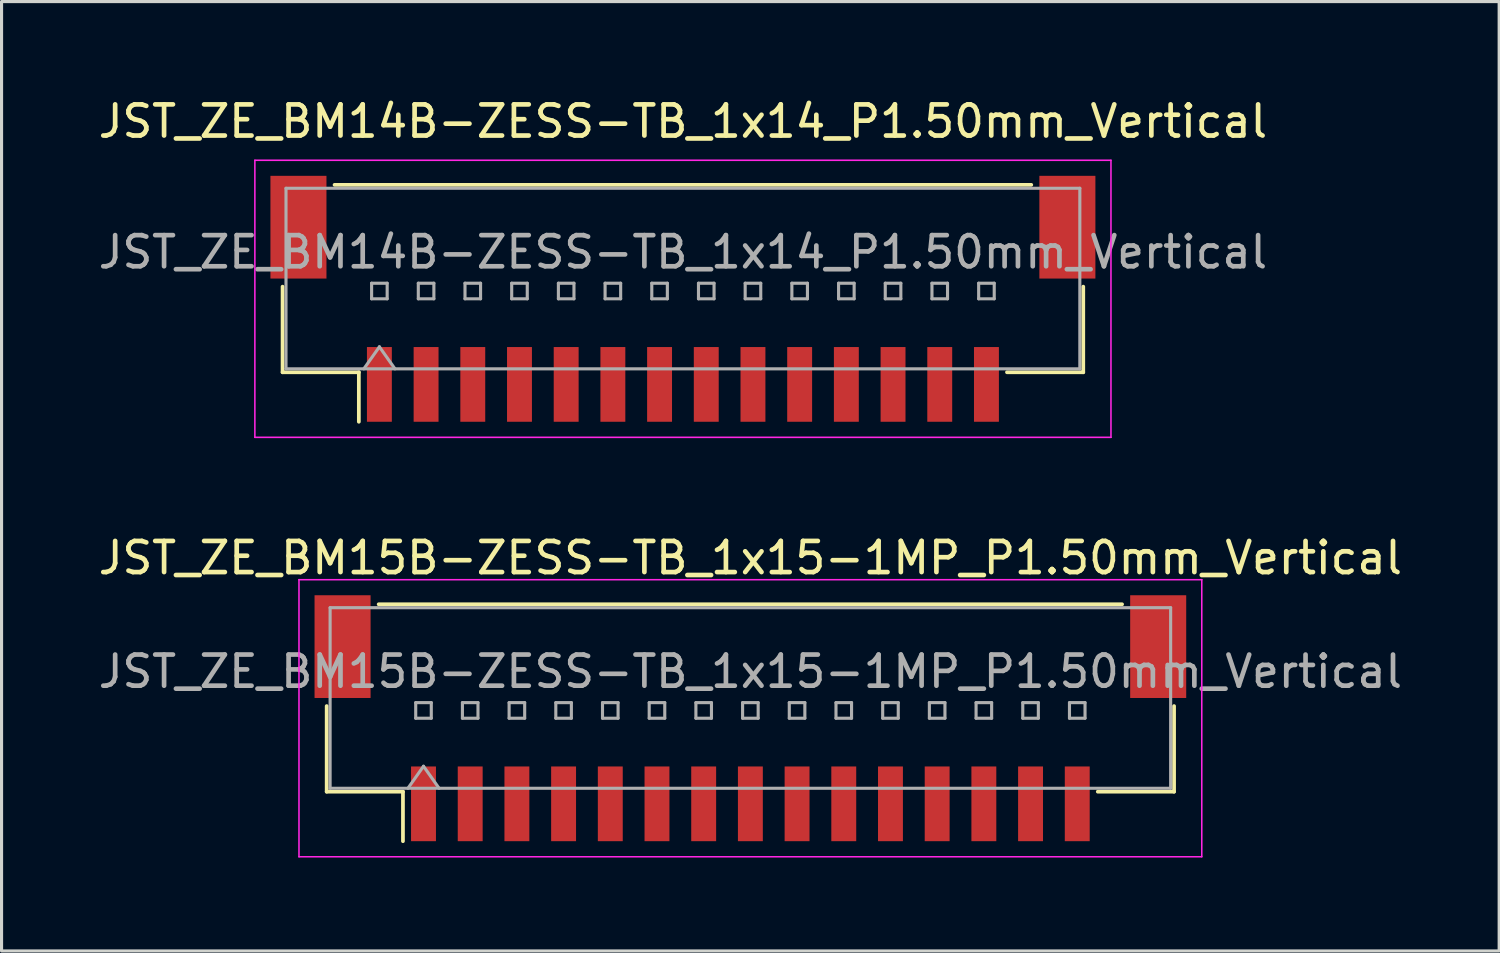
<source format=kicad_pcb>
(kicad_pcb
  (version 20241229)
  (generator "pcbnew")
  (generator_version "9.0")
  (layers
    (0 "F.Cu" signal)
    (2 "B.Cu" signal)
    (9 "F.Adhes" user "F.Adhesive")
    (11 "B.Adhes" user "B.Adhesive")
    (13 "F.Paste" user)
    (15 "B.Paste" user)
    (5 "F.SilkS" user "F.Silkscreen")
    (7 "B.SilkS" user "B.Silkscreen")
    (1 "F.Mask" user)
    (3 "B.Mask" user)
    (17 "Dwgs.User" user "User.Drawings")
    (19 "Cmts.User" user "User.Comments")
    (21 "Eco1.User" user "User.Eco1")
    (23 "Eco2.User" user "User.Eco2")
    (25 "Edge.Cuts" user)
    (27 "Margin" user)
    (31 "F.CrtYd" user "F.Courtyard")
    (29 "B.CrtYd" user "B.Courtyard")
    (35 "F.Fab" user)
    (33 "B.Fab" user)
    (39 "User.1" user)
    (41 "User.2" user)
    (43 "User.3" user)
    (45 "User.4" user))
  (footprint "JST_ZE_BM15B-ZESS-TB_1x15-1MP_P1.50mm_Vertical"
    (layer "F.Cu")
    (at 21.054 20.021)
    (property "Reference" "JST_ZE_BM15B-ZESS-TB_1x15-1MP_P1.50mm_Vertical" (at 0 -5.15 0) (layer "F.SilkS") (effects (font (size 1 1) (thickness 0.15))))
    (attr smd)
    (fp_line (start -13.61 -0.39) (end -13.61 2.36) (stroke (width 0.12) (type solid)) (layer "F.SilkS"))
    (fp_line (start -13.61 2.36) (end -11.16 2.36) (stroke (width 0.12) (type solid)) (layer "F.SilkS"))
    (fp_line (start -11.94 -3.66) (end 11.94 -3.66) (stroke (width 0.12) (type solid)) (layer "F.SilkS"))
    (fp_line (start -11.16 2.36) (end -11.16 3.95) (stroke (width 0.12) (type solid)) (layer "F.SilkS"))
    (fp_line (start 13.61 -0.39) (end 13.61 2.36) (stroke (width 0.12) (type solid)) (layer "F.SilkS"))
    (fp_line (start 13.61 2.36) (end 11.16 2.36) (stroke (width 0.12) (type solid)) (layer "F.SilkS"))
    (fp_line (start -14.5 -4.45) (end -14.5 4.45) (stroke (width 0.05) (type solid)) (layer "F.CrtYd"))
    (fp_line (start -14.5 4.45) (end 14.5 4.45) (stroke (width 0.05) (type solid)) (layer "F.CrtYd"))
    (fp_line (start 14.5 -4.45) (end -14.5 -4.45) (stroke (width 0.05) (type solid)) (layer "F.CrtYd"))
    (fp_line (start 14.5 4.45) (end 14.5 -4.45) (stroke (width 0.05) (type solid)) (layer "F.CrtYd"))
    (fp_line (start -13.5 -3.55) (end 13.5 -3.55) (stroke (width 0.1) (type solid)) (layer "F.Fab"))
    (fp_line (start -13.5 2.25) (end -13.5 -3.55) (stroke (width 0.1) (type solid)) (layer "F.Fab"))
    (fp_line (start -13.5 2.25) (end 13.5 2.25) (stroke (width 0.1) (type solid)) (layer "F.Fab"))
    (fp_line (start -11 2.25) (end -10.5 1.543) (stroke (width 0.1) (type solid)) (layer "F.Fab"))
    (fp_line (start -10.75 -0.5) (end -10.75 0) (stroke (width 0.1) (type solid)) (layer "F.Fab"))
    (fp_line (start -10.75 0) (end -10.25 0) (stroke (width 0.1) (type solid)) (layer "F.Fab"))
    (fp_line (start -10.5 1.543) (end -10 2.25) (stroke (width 0.1) (type solid)) (layer "F.Fab"))
    (fp_line (start -10.25 -0.5) (end -10.75 -0.5) (stroke (width 0.1) (type solid)) (layer "F.Fab"))
    (fp_line (start -10.25 0) (end -10.25 -0.5) (stroke (width 0.1) (type solid)) (layer "F.Fab"))
    (fp_line (start -9.25 -0.5) (end -9.25 0) (stroke (width 0.1) (type solid)) (layer "F.Fab"))
    (fp_line (start -9.25 0) (end -8.75 0) (stroke (width 0.1) (type solid)) (layer "F.Fab"))
    (fp_line (start -8.75 -0.5) (end -9.25 -0.5) (stroke (width 0.1) (type solid)) (layer "F.Fab"))
    (fp_line (start -8.75 0) (end -8.75 -0.5) (stroke (width 0.1) (type solid)) (layer "F.Fab"))
    (fp_line (start -7.75 -0.5) (end -7.75 0) (stroke (width 0.1) (type solid)) (layer "F.Fab"))
    (fp_line (start -7.75 0) (end -7.25 0) (stroke (width 0.1) (type solid)) (layer "F.Fab"))
    (fp_line (start -7.25 -0.5) (end -7.75 -0.5) (stroke (width 0.1) (type solid)) (layer "F.Fab"))
    (fp_line (start -7.25 0) (end -7.25 -0.5) (stroke (width 0.1) (type solid)) (layer "F.Fab"))
    (fp_line (start -6.25 -0.5) (end -6.25 0) (stroke (width 0.1) (type solid)) (layer "F.Fab"))
    (fp_line (start -6.25 0) (end -5.75 0) (stroke (width 0.1) (type solid)) (layer "F.Fab"))
    (fp_line (start -5.75 -0.5) (end -6.25 -0.5) (stroke (width 0.1) (type solid)) (layer "F.Fab"))
    (fp_line (start -5.75 0) (end -5.75 -0.5) (stroke (width 0.1) (type solid)) (layer "F.Fab"))
    (fp_line (start -4.75 -0.5) (end -4.75 0) (stroke (width 0.1) (type solid)) (layer "F.Fab"))
    (fp_line (start -4.75 0) (end -4.25 0) (stroke (width 0.1) (type solid)) (layer "F.Fab"))
    (fp_line (start -4.25 -0.5) (end -4.75 -0.5) (stroke (width 0.1) (type solid)) (layer "F.Fab"))
    (fp_line (start -4.25 0) (end -4.25 -0.5) (stroke (width 0.1) (type solid)) (layer "F.Fab"))
    (fp_line (start -3.25 -0.5) (end -3.25 0) (stroke (width 0.1) (type solid)) (layer "F.Fab"))
    (fp_line (start -3.25 0) (end -2.75 0) (stroke (width 0.1) (type solid)) (layer "F.Fab"))
    (fp_line (start -2.75 -0.5) (end -3.25 -0.5) (stroke (width 0.1) (type solid)) (layer "F.Fab"))
    (fp_line (start -2.75 0) (end -2.75 -0.5) (stroke (width 0.1) (type solid)) (layer "F.Fab"))
    (fp_line (start -1.75 -0.5) (end -1.75 0) (stroke (width 0.1) (type solid)) (layer "F.Fab"))
    (fp_line (start -1.75 0) (end -1.25 0) (stroke (width 0.1) (type solid)) (layer "F.Fab"))
    (fp_line (start -1.25 -0.5) (end -1.75 -0.5) (stroke (width 0.1) (type solid)) (layer "F.Fab"))
    (fp_line (start -1.25 0) (end -1.25 -0.5) (stroke (width 0.1) (type solid)) (layer "F.Fab"))
    (fp_line (start -0.25 -0.5) (end -0.25 0) (stroke (width 0.1) (type solid)) (layer "F.Fab"))
    (fp_line (start -0.25 0) (end 0.25 0) (stroke (width 0.1) (type solid)) (layer "F.Fab"))
    (fp_line (start 0.25 -0.5) (end -0.25 -0.5) (stroke (width 0.1) (type solid)) (layer "F.Fab"))
    (fp_line (start 0.25 0) (end 0.25 -0.5) (stroke (width 0.1) (type solid)) (layer "F.Fab"))
    (fp_line (start 1.25 -0.5) (end 1.25 0) (stroke (width 0.1) (type solid)) (layer "F.Fab"))
    (fp_line (start 1.25 0) (end 1.75 0) (stroke (width 0.1) (type solid)) (layer "F.Fab"))
    (fp_line (start 1.75 -0.5) (end 1.25 -0.5) (stroke (width 0.1) (type solid)) (layer "F.Fab"))
    (fp_line (start 1.75 0) (end 1.75 -0.5) (stroke (width 0.1) (type solid)) (layer "F.Fab"))
    (fp_line (start 2.75 -0.5) (end 2.75 0) (stroke (width 0.1) (type solid)) (layer "F.Fab"))
    (fp_line (start 2.75 0) (end 3.25 0) (stroke (width 0.1) (type solid)) (layer "F.Fab"))
    (fp_line (start 3.25 -0.5) (end 2.75 -0.5) (stroke (width 0.1) (type solid)) (layer "F.Fab"))
    (fp_line (start 3.25 0) (end 3.25 -0.5) (stroke (width 0.1) (type solid)) (layer "F.Fab"))
    (fp_line (start 4.25 -0.5) (end 4.25 0) (stroke (width 0.1) (type solid)) (layer "F.Fab"))
    (fp_line (start 4.25 0) (end 4.75 0) (stroke (width 0.1) (type solid)) (layer "F.Fab"))
    (fp_line (start 4.75 -0.5) (end 4.25 -0.5) (stroke (width 0.1) (type solid)) (layer "F.Fab"))
    (fp_line (start 4.75 0) (end 4.75 -0.5) (stroke (width 0.1) (type solid)) (layer "F.Fab"))
    (fp_line (start 5.75 -0.5) (end 5.75 0) (stroke (width 0.1) (type solid)) (layer "F.Fab"))
    (fp_line (start 5.75 0) (end 6.25 0) (stroke (width 0.1) (type solid)) (layer "F.Fab"))
    (fp_line (start 6.25 -0.5) (end 5.75 -0.5) (stroke (width 0.1) (type solid)) (layer "F.Fab"))
    (fp_line (start 6.25 0) (end 6.25 -0.5) (stroke (width 0.1) (type solid)) (layer "F.Fab"))
    (fp_line (start 7.25 -0.5) (end 7.25 0) (stroke (width 0.1) (type solid)) (layer "F.Fab"))
    (fp_line (start 7.25 0) (end 7.75 0) (stroke (width 0.1) (type solid)) (layer "F.Fab"))
    (fp_line (start 7.75 -0.5) (end 7.25 -0.5) (stroke (width 0.1) (type solid)) (layer "F.Fab"))
    (fp_line (start 7.75 0) (end 7.75 -0.5) (stroke (width 0.1) (type solid)) (layer "F.Fab"))
    (fp_line (start 8.75 -0.5) (end 8.75 0) (stroke (width 0.1) (type solid)) (layer "F.Fab"))
    (fp_line (start 8.75 0) (end 9.25 0) (stroke (width 0.1) (type solid)) (layer "F.Fab"))
    (fp_line (start 9.25 -0.5) (end 8.75 -0.5) (stroke (width 0.1) (type solid)) (layer "F.Fab"))
    (fp_line (start 9.25 0) (end 9.25 -0.5) (stroke (width 0.1) (type solid)) (layer "F.Fab"))
    (fp_line (start 10.25 -0.5) (end 10.25 0) (stroke (width 0.1) (type solid)) (layer "F.Fab"))
    (fp_line (start 10.25 0) (end 10.75 0) (stroke (width 0.1) (type solid)) (layer "F.Fab"))
    (fp_line (start 10.75 -0.5) (end 10.25 -0.5) (stroke (width 0.1) (type solid)) (layer "F.Fab"))
    (fp_line (start 10.75 0) (end 10.75 -0.5) (stroke (width 0.1) (type solid)) (layer "F.Fab"))
    (fp_line (start 13.5 2.25) (end 13.5 -3.55) (stroke (width 0.1) (type solid)) (layer "F.Fab"))
    (fp_text user "${REFERENCE}" (at 0 -1.5 0) (layer "F.Fab") (effects (font (size 1 1) (thickness 0.15))))
    (pad "1" smd rect (at -10.5 2.75) (size 0.8 2.4) (layers "F.Cu" "F.Mask" "F.Paste"))
    (pad "2" smd rect (at -9 2.75) (size 0.8 2.4) (layers "F.Cu" "F.Mask" "F.Paste"))
    (pad "3" smd rect (at -7.5 2.75) (size 0.8 2.4) (layers "F.Cu" "F.Mask" "F.Paste"))
    (pad "4" smd rect (at -6 2.75) (size 0.8 2.4) (layers "F.Cu" "F.Mask" "F.Paste"))
    (pad "5" smd rect (at -4.5 2.75) (size 0.8 2.4) (layers "F.Cu" "F.Mask" "F.Paste"))
    (pad "6" smd rect (at -3 2.75) (size 0.8 2.4) (layers "F.Cu" "F.Mask" "F.Paste"))
    (pad "7" smd rect (at -1.5 2.75) (size 0.8 2.4) (layers "F.Cu" "F.Mask" "F.Paste"))
    (pad "8" smd rect (at 0 2.75) (size 0.8 2.4) (layers "F.Cu" "F.Mask" "F.Paste"))
    (pad "9" smd rect (at 1.5 2.75) (size 0.8 2.4) (layers "F.Cu" "F.Mask" "F.Paste"))
    (pad "10" smd rect (at 3 2.75) (size 0.8 2.4) (layers "F.Cu" "F.Mask" "F.Paste"))
    (pad "11" smd rect (at 4.5 2.75) (size 0.8 2.4) (layers "F.Cu" "F.Mask" "F.Paste"))
    (pad "12" smd rect (at 6 2.75) (size 0.8 2.4) (layers "F.Cu" "F.Mask" "F.Paste"))
    (pad "13" smd rect (at 7.5 2.75) (size 0.8 2.4) (layers "F.Cu" "F.Mask" "F.Paste"))
    (pad "14" smd rect (at 9 2.75) (size 0.8 2.4) (layers "F.Cu" "F.Mask" "F.Paste"))
    (pad "15" smd rect (at 10.5 2.75) (size 0.8 2.4) (layers "F.Cu" "F.Mask" "F.Paste"))
    (pad "MP" smd rect (at -13.1 -2.3) (size 1.8 3.3) (layers "F.Cu" "F.Mask" "F.Paste"))
    (pad "MP" smd rect (at 13.1 -2.3) (size 1.8 3.3) (layers "F.Cu" "F.Mask" "F.Paste")))
  (footprint "JST_ZE_BM14B-ZESS-TB_1x14_P1.50mm_Vertical"
    (layer "F.Cu")
    (at 18.887 6.548)
    (property "Reference" "JST_ZE_BM14B-ZESS-TB_1x14_P1.50mm_Vertical" (at 0 -5.7 0) (layer "F.SilkS") (effects (font (size 1 1) (thickness 0.15))))
    (attr smd)
    (fp_line (start -12.86 -0.39) (end -12.86 2.36) (stroke (width 0.12) (type solid)) (layer "F.SilkS"))
    (fp_line (start -12.86 2.36) (end -10.41 2.36) (stroke (width 0.12) (type solid)) (layer "F.SilkS"))
    (fp_line (start -11.19 -3.66) (end 11.19 -3.66) (stroke (width 0.12) (type solid)) (layer "F.SilkS"))
    (fp_line (start -10.41 2.36) (end -10.41 3.95) (stroke (width 0.12) (type solid)) (layer "F.SilkS"))
    (fp_line (start 12.86 -0.39) (end 12.86 2.36) (stroke (width 0.12) (type solid)) (layer "F.SilkS"))
    (fp_line (start 12.86 2.36) (end 10.41 2.36) (stroke (width 0.12) (type solid)) (layer "F.SilkS"))
    (fp_line (start -13.75 -4.45) (end -13.75 4.45) (stroke (width 0.05) (type solid)) (layer "F.CrtYd"))
    (fp_line (start -13.75 4.45) (end 13.75 4.45) (stroke (width 0.05) (type solid)) (layer "F.CrtYd"))
    (fp_line (start 13.75 -4.45) (end -13.75 -4.45) (stroke (width 0.05) (type solid)) (layer "F.CrtYd"))
    (fp_line (start 13.75 4.45) (end 13.75 -4.45) (stroke (width 0.05) (type solid)) (layer "F.CrtYd"))
    (fp_line (start -12.75 -3.55) (end 12.75 -3.55) (stroke (width 0.1) (type solid)) (layer "F.Fab"))
    (fp_line (start -12.75 2.25) (end -12.75 -3.55) (stroke (width 0.1) (type solid)) (layer "F.Fab"))
    (fp_line (start -12.75 2.25) (end 12.75 2.25) (stroke (width 0.1) (type solid)) (layer "F.Fab"))
    (fp_line (start -10.25 2.25) (end -9.75 1.543) (stroke (width 0.1) (type solid)) (layer "F.Fab"))
    (fp_line (start -10 -0.5) (end -10 0) (stroke (width 0.1) (type solid)) (layer "F.Fab"))
    (fp_line (start -10 0) (end -9.5 0) (stroke (width 0.1) (type solid)) (layer "F.Fab"))
    (fp_line (start -9.75 1.543) (end -9.25 2.25) (stroke (width 0.1) (type solid)) (layer "F.Fab"))
    (fp_line (start -9.5 -0.5) (end -10 -0.5) (stroke (width 0.1) (type solid)) (layer "F.Fab"))
    (fp_line (start -9.5 0) (end -9.5 -0.5) (stroke (width 0.1) (type solid)) (layer "F.Fab"))
    (fp_line (start -8.5 -0.5) (end -8.5 0) (stroke (width 0.1) (type solid)) (layer "F.Fab"))
    (fp_line (start -8.5 0) (end -8 0) (stroke (width 0.1) (type solid)) (layer "F.Fab"))
    (fp_line (start -8 -0.5) (end -8.5 -0.5) (stroke (width 0.1) (type solid)) (layer "F.Fab"))
    (fp_line (start -8 0) (end -8 -0.5) (stroke (width 0.1) (type solid)) (layer "F.Fab"))
    (fp_line (start -7 -0.5) (end -7 0) (stroke (width 0.1) (type solid)) (layer "F.Fab"))
    (fp_line (start -7 0) (end -6.5 0) (stroke (width 0.1) (type solid)) (layer "F.Fab"))
    (fp_line (start -6.5 -0.5) (end -7 -0.5) (stroke (width 0.1) (type solid)) (layer "F.Fab"))
    (fp_line (start -6.5 0) (end -6.5 -0.5) (stroke (width 0.1) (type solid)) (layer "F.Fab"))
    (fp_line (start -5.5 -0.5) (end -5.5 0) (stroke (width 0.1) (type solid)) (layer "F.Fab"))
    (fp_line (start -5.5 0) (end -5 0) (stroke (width 0.1) (type solid)) (layer "F.Fab"))
    (fp_line (start -5 -0.5) (end -5.5 -0.5) (stroke (width 0.1) (type solid)) (layer "F.Fab"))
    (fp_line (start -5 0) (end -5 -0.5) (stroke (width 0.1) (type solid)) (layer "F.Fab"))
    (fp_line (start -4 -0.5) (end -4 0) (stroke (width 0.1) (type solid)) (layer "F.Fab"))
    (fp_line (start -4 0) (end -3.5 0) (stroke (width 0.1) (type solid)) (layer "F.Fab"))
    (fp_line (start -3.5 -0.5) (end -4 -0.5) (stroke (width 0.1) (type solid)) (layer "F.Fab"))
    (fp_line (start -3.5 0) (end -3.5 -0.5) (stroke (width 0.1) (type solid)) (layer "F.Fab"))
    (fp_line (start -2.5 -0.5) (end -2.5 0) (stroke (width 0.1) (type solid)) (layer "F.Fab"))
    (fp_line (start -2.5 0) (end -2 0) (stroke (width 0.1) (type solid)) (layer "F.Fab"))
    (fp_line (start -2 -0.5) (end -2.5 -0.5) (stroke (width 0.1) (type solid)) (layer "F.Fab"))
    (fp_line (start -2 0) (end -2 -0.5) (stroke (width 0.1) (type solid)) (layer "F.Fab"))
    (fp_line (start -1 -0.5) (end -1 0) (stroke (width 0.1) (type solid)) (layer "F.Fab"))
    (fp_line (start -1 0) (end -0.5 0) (stroke (width 0.1) (type solid)) (layer "F.Fab"))
    (fp_line (start -0.5 -0.5) (end -1 -0.5) (stroke (width 0.1) (type solid)) (layer "F.Fab"))
    (fp_line (start -0.5 0) (end -0.5 -0.5) (stroke (width 0.1) (type solid)) (layer "F.Fab"))
    (fp_line (start 0.5 -0.5) (end 0.5 0) (stroke (width 0.1) (type solid)) (layer "F.Fab"))
    (fp_line (start 0.5 0) (end 1 0) (stroke (width 0.1) (type solid)) (layer "F.Fab"))
    (fp_line (start 1 -0.5) (end 0.5 -0.5) (stroke (width 0.1) (type solid)) (layer "F.Fab"))
    (fp_line (start 1 0) (end 1 -0.5) (stroke (width 0.1) (type solid)) (layer "F.Fab"))
    (fp_line (start 2 -0.5) (end 2 0) (stroke (width 0.1) (type solid)) (layer "F.Fab"))
    (fp_line (start 2 0) (end 2.5 0) (stroke (width 0.1) (type solid)) (layer "F.Fab"))
    (fp_line (start 2.5 -0.5) (end 2 -0.5) (stroke (width 0.1) (type solid)) (layer "F.Fab"))
    (fp_line (start 2.5 0) (end 2.5 -0.5) (stroke (width 0.1) (type solid)) (layer "F.Fab"))
    (fp_line (start 3.5 -0.5) (end 3.5 0) (stroke (width 0.1) (type solid)) (layer "F.Fab"))
    (fp_line (start 3.5 0) (end 4 0) (stroke (width 0.1) (type solid)) (layer "F.Fab"))
    (fp_line (start 4 -0.5) (end 3.5 -0.5) (stroke (width 0.1) (type solid)) (layer "F.Fab"))
    (fp_line (start 4 0) (end 4 -0.5) (stroke (width 0.1) (type solid)) (layer "F.Fab"))
    (fp_line (start 5 -0.5) (end 5 0) (stroke (width 0.1) (type solid)) (layer "F.Fab"))
    (fp_line (start 5 0) (end 5.5 0) (stroke (width 0.1) (type solid)) (layer "F.Fab"))
    (fp_line (start 5.5 -0.5) (end 5 -0.5) (stroke (width 0.1) (type solid)) (layer "F.Fab"))
    (fp_line (start 5.5 0) (end 5.5 -0.5) (stroke (width 0.1) (type solid)) (layer "F.Fab"))
    (fp_line (start 6.5 -0.5) (end 6.5 0) (stroke (width 0.1) (type solid)) (layer "F.Fab"))
    (fp_line (start 6.5 0) (end 7 0) (stroke (width 0.1) (type solid)) (layer "F.Fab"))
    (fp_line (start 7 -0.5) (end 6.5 -0.5) (stroke (width 0.1) (type solid)) (layer "F.Fab"))
    (fp_line (start 7 0) (end 7 -0.5) (stroke (width 0.1) (type solid)) (layer "F.Fab"))
    (fp_line (start 8 -0.5) (end 8 0) (stroke (width 0.1) (type solid)) (layer "F.Fab"))
    (fp_line (start 8 0) (end 8.5 0) (stroke (width 0.1) (type solid)) (layer "F.Fab"))
    (fp_line (start 8.5 -0.5) (end 8 -0.5) (stroke (width 0.1) (type solid)) (layer "F.Fab"))
    (fp_line (start 8.5 0) (end 8.5 -0.5) (stroke (width 0.1) (type solid)) (layer "F.Fab"))
    (fp_line (start 9.5 -0.5) (end 9.5 0) (stroke (width 0.1) (type solid)) (layer "F.Fab"))
    (fp_line (start 9.5 0) (end 10 0) (stroke (width 0.1) (type solid)) (layer "F.Fab"))
    (fp_line (start 10 -0.5) (end 9.5 -0.5) (stroke (width 0.1) (type solid)) (layer "F.Fab"))
    (fp_line (start 10 0) (end 10 -0.5) (stroke (width 0.1) (type solid)) (layer "F.Fab"))
    (fp_line (start 12.75 2.25) (end 12.75 -3.55) (stroke (width 0.1) (type solid)) (layer "F.Fab"))
    (fp_text user "${REFERENCE}" (at 0 -1.5 0) (layer "F.Fab") (effects (font (size 1 1) (thickness 0.15))))
    (pad "" smd rect (at -12.35 -2.3) (size 1.8 3.3) (layers "F.Cu" "F.Mask" "F.Paste"))
    (pad "" smd rect (at 12.35 -2.3) (size 1.8 3.3) (layers "F.Cu" "F.Mask" "F.Paste"))
    (pad "1" smd rect (at -9.75 2.75) (size 0.8 2.4) (layers "F.Cu" "F.Mask" "F.Paste"))
    (pad "2" smd rect (at -8.25 2.75) (size 0.8 2.4) (layers "F.Cu" "F.Mask" "F.Paste"))
    (pad "3" smd rect (at -6.75 2.75) (size 0.8 2.4) (layers "F.Cu" "F.Mask" "F.Paste"))
    (pad "4" smd rect (at -5.25 2.75) (size 0.8 2.4) (layers "F.Cu" "F.Mask" "F.Paste"))
    (pad "5" smd rect (at -3.75 2.75) (size 0.8 2.4) (layers "F.Cu" "F.Mask" "F.Paste"))
    (pad "6" smd rect (at -2.25 2.75) (size 0.8 2.4) (layers "F.Cu" "F.Mask" "F.Paste"))
    (pad "7" smd rect (at -0.75 2.75) (size 0.8 2.4) (layers "F.Cu" "F.Mask" "F.Paste"))
    (pad "8" smd rect (at 0.75 2.75) (size 0.8 2.4) (layers "F.Cu" "F.Mask" "F.Paste"))
    (pad "9" smd rect (at 2.25 2.75) (size 0.8 2.4) (layers "F.Cu" "F.Mask" "F.Paste"))
    (pad "10" smd rect (at 3.75 2.75) (size 0.8 2.4) (layers "F.Cu" "F.Mask" "F.Paste"))
    (pad "11" smd rect (at 5.25 2.75) (size 0.8 2.4) (layers "F.Cu" "F.Mask" "F.Paste"))
    (pad "12" smd rect (at 6.75 2.75) (size 0.8 2.4) (layers "F.Cu" "F.Mask" "F.Paste"))
    (pad "13" smd rect (at 8.25 2.75) (size 0.8 2.4) (layers "F.Cu" "F.Mask" "F.Paste"))
    (pad "14" smd rect (at 9.75 2.75) (size 0.8 2.4) (layers "F.Cu" "F.Mask" "F.Paste")))
  (gr_rect
    (start -3 -3)
    (end 45.107 27.497)
    (stroke (width 0.1) (type default))
    (fill no)
    (layer "Edge.Cuts")))
</source>
